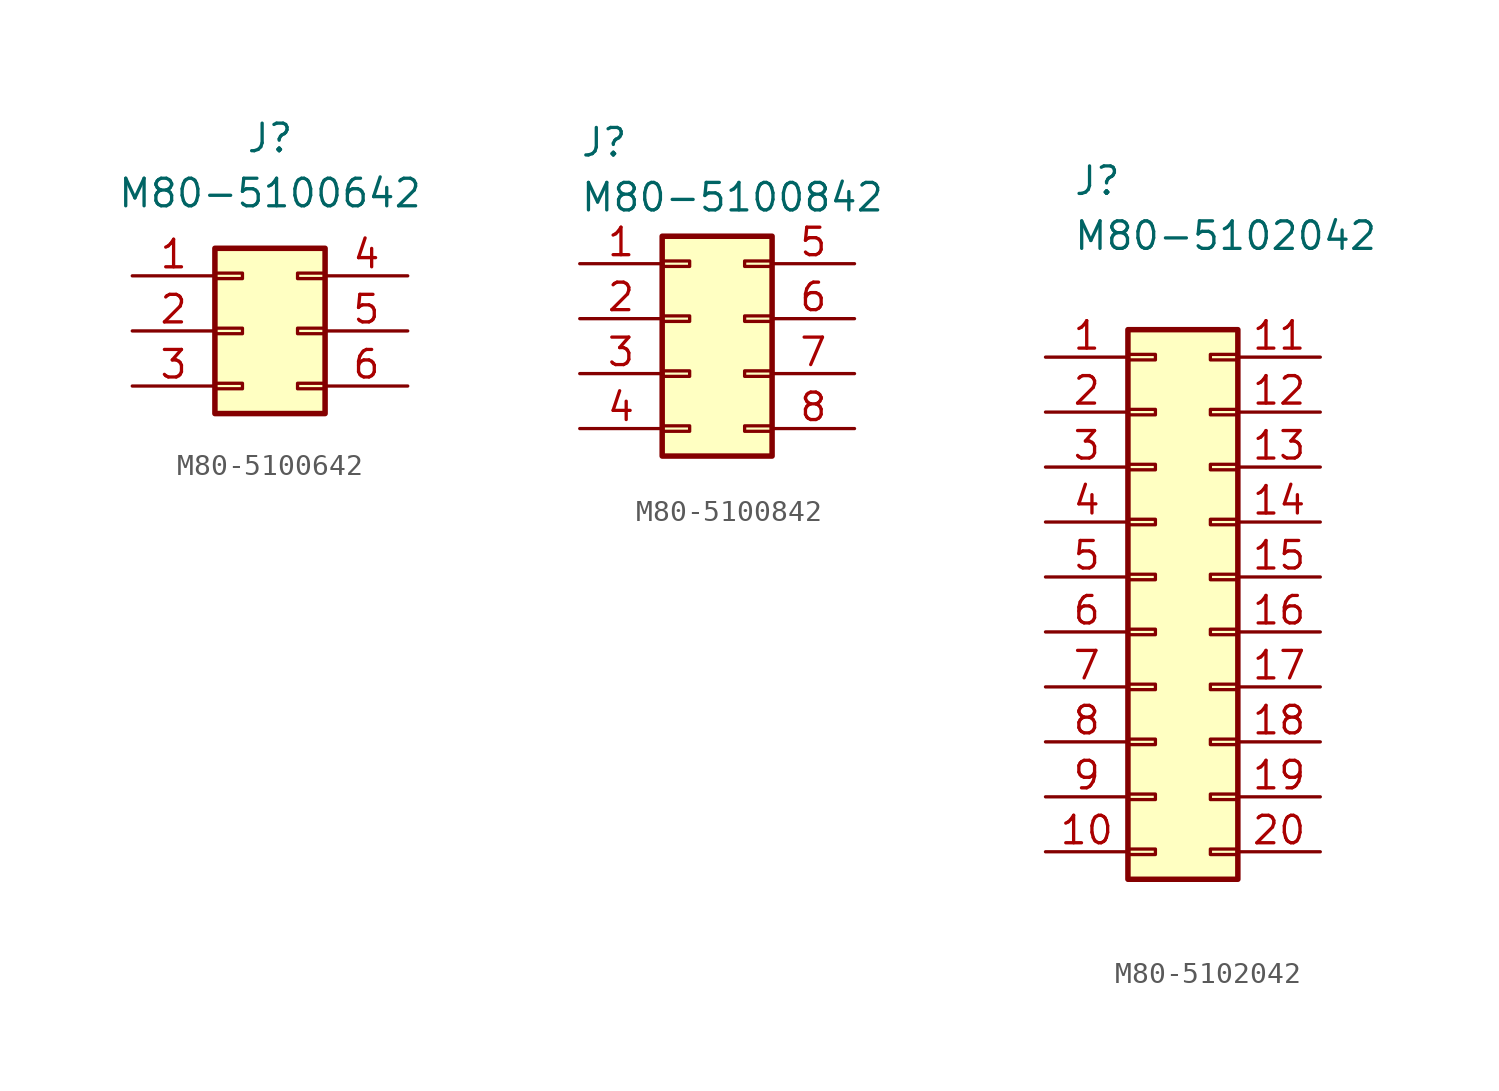
<source format=kicad_sym>
(kicad_symbol_lib
  (version 20241209)
  (generator "kicad_symbol_editor")
  (generator_version "9.0")
  (symbol "M80-5100642"
    (pin_names
      (hide yes))
    (property "Reference" "J"
      (at 0 8.89 0)
      (effects (font (size 1.27 1.27))))
    (property "Value" "M80-5100642"
      (at 0 6.35 0)
      (effects (font (size 1.27 1.27))))
    (symbol "M80-5100642_1_1"
      (rectangle (start -2.54 3.81) (end 2.54 -3.81) (stroke (width 0.254) (type default)) (fill (type background)))
      (rectangle (start -2.54 2.667) (end -1.27 2.413) (stroke (width 0.152) (type default)) (fill (type none)))
      (rectangle (start -2.54 0.127) (end -1.27 -0.127) (stroke (width 0.152) (type default)) (fill (type none)))
      (rectangle (start -2.54 -2.413) (end -1.27 -2.667) (stroke (width 0.152) (type default)) (fill (type none)))
      (rectangle (start 2.54 2.667) (end 1.27 2.413) (stroke (width 0.152) (type default)) (fill (type none)))
      (rectangle (start 2.54 0.127) (end 1.27 -0.127) (stroke (width 0.152) (type default)) (fill (type none)))
      (rectangle (start 2.54 -2.413) (end 1.27 -2.667) (stroke (width 0.152) (type default)) (fill (type none)))
      (pin passive line (at -6.35 2.54 0) (length 3.81) (name "Pin_1" (effects (font (size 1.27 1.27)))) (number "1" (effects (font (size 1.27 1.27)))))
      (pin passive line (at -6.35 0 0) (length 3.81) (name "Pin_2" (effects (font (size 1.27 1.27)))) (number "2" (effects (font (size 1.27 1.27)))))
      (pin passive line (at -6.35 -2.54 0) (length 3.81) (name "Pin_3" (effects (font (size 1.27 1.27)))) (number "3" (effects (font (size 1.27 1.27)))))
      (pin passive line (at 6.35 2.54 180) (length 3.81) (name "Pin_4" (effects (font (size 1.27 1.27)))) (number "4" (effects (font (size 1.27 1.27)))))
      (pin passive line (at 6.35 0 180) (length 3.81) (name "Pin_5" (effects (font (size 1.27 1.27)))) (number "5" (effects (font (size 1.27 1.27)))))
      (pin passive line (at 6.35 -2.54 180) (length 3.81) (name "Pin_6" (effects (font (size 1.27 1.27)))) (number "6" (effects (font (size 1.27 1.27)))))))
  (symbol "M80-5100842"
    (pin_names
      (hide yes))
    (property "Reference" "J"
      (at -6.35 10.16 0)
      (effects (font (size 1.27 1.27)) (justify left top)))
    (property "Value" "M80-5100842"
      (at -6.35 7.62 0)
      (effects (font (size 1.27 1.27)) (justify left top)))
    (symbol "M80-5100842_1_1"
      (rectangle (start -2.54 5.08) (end 2.54 -5.08) (stroke (width 0.254) (type default)) (fill (type background)))
      (rectangle (start -2.54 3.937) (end -1.27 3.683) (stroke (width 0.152) (type default)) (fill (type none)))
      (rectangle (start -2.54 1.397) (end -1.27 1.143) (stroke (width 0.152) (type default)) (fill (type none)))
      (rectangle (start -2.54 -1.143) (end -1.27 -1.397) (stroke (width 0.152) (type default)) (fill (type none)))
      (rectangle (start -2.54 -3.683) (end -1.27 -3.937) (stroke (width 0.152) (type default)) (fill (type none)))
      (rectangle (start 2.54 3.937) (end 1.27 3.683) (stroke (width 0.152) (type default)) (fill (type none)))
      (rectangle (start 2.54 1.397) (end 1.27 1.143) (stroke (width 0.152) (type default)) (fill (type none)))
      (rectangle (start 2.54 -1.143) (end 1.27 -1.397) (stroke (width 0.152) (type default)) (fill (type none)))
      (rectangle (start 2.54 -3.683) (end 1.27 -3.937) (stroke (width 0.152) (type default)) (fill (type none)))
      (pin passive line (at -6.35 3.81 0) (length 3.81) (name "1" (effects (font (size 1.27 1.27)))) (number "1" (effects (font (size 1.27 1.27)))))
      (pin passive line (at -6.35 1.27 0) (length 3.81) (name "2" (effects (font (size 1.27 1.27)))) (number "2" (effects (font (size 1.27 1.27)))))
      (pin passive line (at -6.35 -1.27 0) (length 3.81) (name "3" (effects (font (size 1.27 1.27)))) (number "3" (effects (font (size 1.27 1.27)))))
      (pin passive line (at -6.35 -3.81 0) (length 3.81) (name "4" (effects (font (size 1.27 1.27)))) (number "4" (effects (font (size 1.27 1.27)))))
      (pin passive line (at 6.35 3.81 180) (length 3.81) (name "5" (effects (font (size 1.27 1.27)))) (number "5" (effects (font (size 1.27 1.27)))))
      (pin passive line (at 6.35 1.27 180) (length 3.81) (name "6" (effects (font (size 1.27 1.27)))) (number "6" (effects (font (size 1.27 1.27)))))
      (pin passive line (at 6.35 -1.27 180) (length 3.81) (name "7" (effects (font (size 1.27 1.27)))) (number "7" (effects (font (size 1.27 1.27)))))
      (pin passive line (at 6.35 -3.81 180) (length 3.81) (name "8" (effects (font (size 1.27 1.27)))) (number "8" (effects (font (size 1.27 1.27)))))))
  (symbol "M80-5102042"
    (pin_names
      (hide yes))
    (property "Reference" "J"
      (at -5.08 20.32 0)
      (effects (font (size 1.27 1.27)) (justify left top)))
    (property "Value" "M80-5102042"
      (at -5.08 17.78 0)
      (effects (font (size 1.27 1.27)) (justify left top)))
    (symbol "M80-5102042_1_1"
      (rectangle (start -2.54 12.7) (end 2.54 -12.7) (stroke (width 0.254) (type default)) (fill (type background)))
      (rectangle (start -2.54 11.557) (end -1.27 11.303) (stroke (width 0.152) (type default)) (fill (type none)))
      (rectangle (start -2.54 9.017) (end -1.27 8.763) (stroke (width 0.152) (type default)) (fill (type none)))
      (rectangle (start -2.54 6.477) (end -1.27 6.223) (stroke (width 0.152) (type default)) (fill (type none)))
      (rectangle (start -2.54 3.937) (end -1.27 3.683) (stroke (width 0.152) (type default)) (fill (type none)))
      (rectangle (start -2.54 1.397) (end -1.27 1.143) (stroke (width 0.152) (type default)) (fill (type none)))
      (rectangle (start -2.54 -1.143) (end -1.27 -1.397) (stroke (width 0.152) (type default)) (fill (type none)))
      (rectangle (start -2.54 -3.683) (end -1.27 -3.937) (stroke (width 0.152) (type default)) (fill (type none)))
      (rectangle (start -2.54 -6.223) (end -1.27 -6.477) (stroke (width 0.152) (type default)) (fill (type none)))
      (rectangle (start -2.54 -8.763) (end -1.27 -9.017) (stroke (width 0.152) (type default)) (fill (type none)))
      (rectangle (start -2.54 -11.303) (end -1.27 -11.557) (stroke (width 0.152) (type default)) (fill (type none)))
      (rectangle (start 2.54 11.557) (end 1.27 11.303) (stroke (width 0.152) (type default)) (fill (type none)))
      (rectangle (start 2.54 9.017) (end 1.27 8.763) (stroke (width 0.152) (type default)) (fill (type none)))
      (rectangle (start 2.54 6.477) (end 1.27 6.223) (stroke (width 0.152) (type default)) (fill (type none)))
      (rectangle (start 2.54 3.937) (end 1.27 3.683) (stroke (width 0.152) (type default)) (fill (type none)))
      (rectangle (start 2.54 1.397) (end 1.27 1.143) (stroke (width 0.152) (type default)) (fill (type none)))
      (rectangle (start 2.54 -1.143) (end 1.27 -1.397) (stroke (width 0.152) (type default)) (fill (type none)))
      (rectangle (start 2.54 -3.683) (end 1.27 -3.937) (stroke (width 0.152) (type default)) (fill (type none)))
      (rectangle (start 2.54 -6.223) (end 1.27 -6.477) (stroke (width 0.152) (type default)) (fill (type none)))
      (rectangle (start 2.54 -8.763) (end 1.27 -9.017) (stroke (width 0.152) (type default)) (fill (type none)))
      (rectangle (start 2.54 -11.303) (end 1.27 -11.557) (stroke (width 0.152) (type default)) (fill (type none)))
      (pin passive line (at -6.35 11.43 0) (length 3.81) (name "1" (effects (font (size 1.27 1.27)))) (number "1" (effects (font (size 1.27 1.27)))))
      (pin passive line (at -6.35 8.89 0) (length 3.81) (name "2" (effects (font (size 1.27 1.27)))) (number "2" (effects (font (size 1.27 1.27)))))
      (pin passive line (at -6.35 6.35 0) (length 3.81) (name "3" (effects (font (size 1.27 1.27)))) (number "3" (effects (font (size 1.27 1.27)))))
      (pin passive line (at -6.35 3.81 0) (length 3.81) (name "4" (effects (font (size 1.27 1.27)))) (number "4" (effects (font (size 1.27 1.27)))))
      (pin passive line (at -6.35 1.27 0) (length 3.81) (name "5" (effects (font (size 1.27 1.27)))) (number "5" (effects (font (size 1.27 1.27)))))
      (pin passive line (at -6.35 -1.27 0) (length 3.81) (name "6" (effects (font (size 1.27 1.27)))) (number "6" (effects (font (size 1.27 1.27)))))
      (pin passive line (at -6.35 -3.81 0) (length 3.81) (name "7" (effects (font (size 1.27 1.27)))) (number "7" (effects (font (size 1.27 1.27)))))
      (pin passive line (at -6.35 -6.35 0) (length 3.81) (name "8" (effects (font (size 1.27 1.27)))) (number "8" (effects (font (size 1.27 1.27)))))
      (pin passive line (at -6.35 -8.89 0) (length 3.81) (name "9" (effects (font (size 1.27 1.27)))) (number "9" (effects (font (size 1.27 1.27)))))
      (pin passive line (at -6.35 -11.43 0) (length 3.81) (name "10" (effects (font (size 1.27 1.27)))) (number "10" (effects (font (size 1.27 1.27)))))
      (pin passive line (at 6.35 11.43 180) (length 3.81) (name "11" (effects (font (size 1.27 1.27)))) (number "11" (effects (font (size 1.27 1.27)))))
      (pin passive line (at 6.35 8.89 180) (length 3.81) (name "12" (effects (font (size 1.27 1.27)))) (number "12" (effects (font (size 1.27 1.27)))))
      (pin passive line (at 6.35 6.35 180) (length 3.81) (name "13" (effects (font (size 1.27 1.27)))) (number "13" (effects (font (size 1.27 1.27)))))
      (pin passive line (at 6.35 3.81 180) (length 3.81) (name "14" (effects (font (size 1.27 1.27)))) (number "14" (effects (font (size 1.27 1.27)))))
      (pin passive line (at 6.35 1.27 180) (length 3.81) (name "15" (effects (font (size 1.27 1.27)))) (number "15" (effects (font (size 1.27 1.27)))))
      (pin passive line (at 6.35 -1.27 180) (length 3.81) (name "16" (effects (font (size 1.27 1.27)))) (number "16" (effects (font (size 1.27 1.27)))))
      (pin passive line (at 6.35 -3.81 180) (length 3.81) (name "17" (effects (font (size 1.27 1.27)))) (number "17" (effects (font (size 1.27 1.27)))))
      (pin passive line (at 6.35 -6.35 180) (length 3.81) (name "18" (effects (font (size 1.27 1.27)))) (number "18" (effects (font (size 1.27 1.27)))))
      (pin passive line (at 6.35 -8.89 180) (length 3.81) (name "19" (effects (font (size 1.27 1.27)))) (number "19" (effects (font (size 1.27 1.27)))))
      (pin passive line (at 6.35 -11.43 180) (length 3.81) (name "20" (effects (font (size 1.27 1.27)))) (number "20" (effects (font (size 1.27 1.27))))))))
</source>
